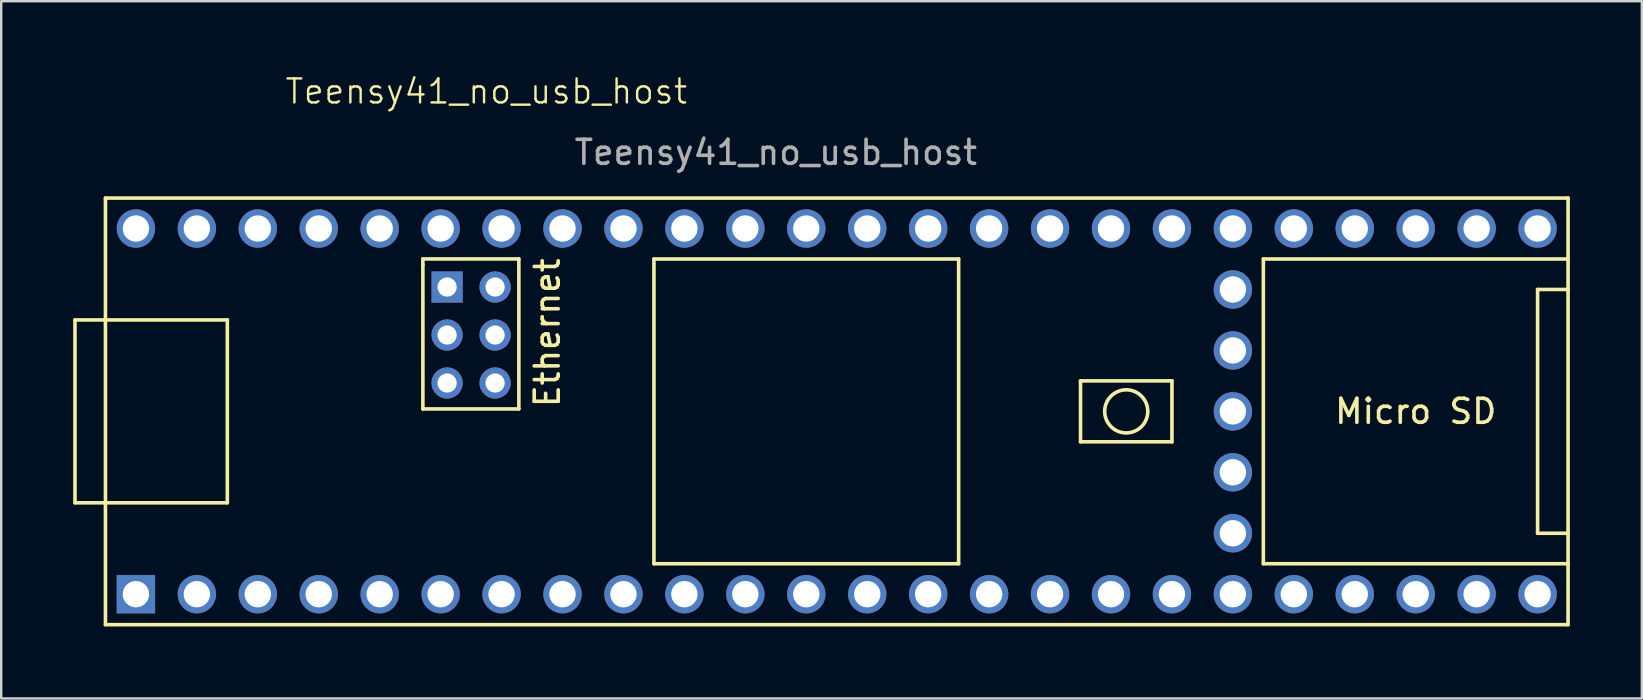
<source format=kicad_pcb>
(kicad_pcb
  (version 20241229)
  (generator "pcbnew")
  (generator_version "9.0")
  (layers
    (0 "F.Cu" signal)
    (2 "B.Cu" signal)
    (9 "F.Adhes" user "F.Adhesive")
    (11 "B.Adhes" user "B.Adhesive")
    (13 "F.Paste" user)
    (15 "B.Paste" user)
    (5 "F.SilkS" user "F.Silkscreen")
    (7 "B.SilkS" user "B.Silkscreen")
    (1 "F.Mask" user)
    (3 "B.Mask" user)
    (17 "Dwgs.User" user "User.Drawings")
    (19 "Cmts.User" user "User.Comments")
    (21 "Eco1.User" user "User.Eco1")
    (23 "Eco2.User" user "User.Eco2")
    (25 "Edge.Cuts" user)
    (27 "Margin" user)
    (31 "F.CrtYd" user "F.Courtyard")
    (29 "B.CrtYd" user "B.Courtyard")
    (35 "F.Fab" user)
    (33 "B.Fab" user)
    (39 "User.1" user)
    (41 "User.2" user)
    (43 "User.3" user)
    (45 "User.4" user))
  (footprint "Teensy41_no_usb_host"
    (layer "F.Cu")
    (at 29.92 14.095)
    (property "Reference" "Teensy41_no_usb_host" (at -12.7 -13.335 0) (unlocked yes) (layer "F.SilkS") (effects (font (size 1 1) (thickness 0.1))))
    (attr through_hole)
    (fp_line (start -29.845 -3.81) (end -28.575 -3.81) (stroke (width 0.15) (type solid)) (layer "F.SilkS"))
    (fp_line (start -29.845 3.81) (end -29.845 -3.81) (stroke (width 0.15) (type solid)) (layer "F.SilkS"))
    (fp_line (start -28.575 -8.89) (end 32.385 -8.89) (stroke (width 0.15) (type solid)) (layer "F.SilkS"))
    (fp_line (start -28.575 3.81) (end -29.845 3.81) (stroke (width 0.15) (type solid)) (layer "F.SilkS"))
    (fp_line (start -28.575 8.89) (end -28.575 -8.89) (stroke (width 0.15) (type solid)) (layer "F.SilkS"))
    (fp_line (start -23.495 -3.81) (end -28.575 -3.81) (stroke (width 0.15) (type solid)) (layer "F.SilkS"))
    (fp_line (start -23.495 3.81) (end -28.575 3.81) (stroke (width 0.15) (type solid)) (layer "F.SilkS"))
    (fp_line (start -23.495 3.81) (end -23.495 -3.81) (stroke (width 0.15) (type solid)) (layer "F.SilkS"))
    (fp_line (start -15.345 -6.352) (end -15.345 -6.102) (stroke (width 0.15) (type solid)) (layer "F.SilkS"))
    (fp_line (start -15.345 -6.102) (end -15.345 -0.102) (stroke (width 0.15) (type solid)) (layer "F.SilkS"))
    (fp_line (start -15.345 -0.102) (end -11.345 -0.102) (stroke (width 0.15) (type solid)) (layer "F.SilkS"))
    (fp_line (start -11.345 -6.352) (end -15.345 -6.352) (stroke (width 0.15) (type solid)) (layer "F.SilkS"))
    (fp_line (start -11.345 -0.102) (end -11.345 -6.352) (stroke (width 0.15) (type solid)) (layer "F.SilkS"))
    (fp_line (start -5.715 -6.35) (end -5.715 6.35) (stroke (width 0.15) (type solid)) (layer "F.SilkS"))
    (fp_line (start -5.715 6.35) (end 6.985 6.35) (stroke (width 0.15) (type solid)) (layer "F.SilkS"))
    (fp_line (start 6.985 -6.35) (end -5.715 -6.35) (stroke (width 0.15) (type solid)) (layer "F.SilkS"))
    (fp_line (start 6.985 6.35) (end 6.985 -6.35) (stroke (width 0.15) (type solid)) (layer "F.SilkS"))
    (fp_line (start 12.065 -1.27) (end 15.875 -1.27) (stroke (width 0.15) (type solid)) (layer "F.SilkS"))
    (fp_line (start 12.065 1.27) (end 12.065 -1.27) (stroke (width 0.15) (type solid)) (layer "F.SilkS"))
    (fp_line (start 15.875 -1.27) (end 15.875 1.27) (stroke (width 0.15) (type solid)) (layer "F.SilkS"))
    (fp_line (start 15.875 1.27) (end 12.065 1.27) (stroke (width 0.15) (type solid)) (layer "F.SilkS"))
    (fp_line (start 19.685 -6.35) (end 19.685 6.35) (stroke (width 0.15) (type solid)) (layer "F.SilkS"))
    (fp_line (start 19.685 6.35) (end 32.385 6.35) (stroke (width 0.15) (type solid)) (layer "F.SilkS"))
    (fp_line (start 31.115 -5.08) (end 31.115 5.08) (stroke (width 0.15) (type solid)) (layer "F.SilkS"))
    (fp_line (start 31.115 5.08) (end 32.385 5.08) (stroke (width 0.15) (type solid)) (layer "F.SilkS"))
    (fp_line (start 32.385 -8.89) (end 32.385 8.89) (stroke (width 0.15) (type solid)) (layer "F.SilkS"))
    (fp_line (start 32.385 -6.35) (end 19.685 -6.35) (stroke (width 0.15) (type solid)) (layer "F.SilkS"))
    (fp_line (start 32.385 -5.08) (end 31.115 -5.08) (stroke (width 0.15) (type solid)) (layer "F.SilkS"))
    (fp_line (start 32.385 8.89) (end -28.575 8.89) (stroke (width 0.15) (type solid)) (layer "F.SilkS"))
    (fp_circle (center 13.97 0) (end 14.605 -0.635) (stroke (width 0.15) (type solid)) (fill no) (layer "F.SilkS"))
    (fp_text user "Micro SD" (at 26.035 0 0) (layer "F.SilkS") (effects (font (size 1 1) (thickness 0.15))))
    (fp_text user "Ethernet" (at -10.16 -3.277 90) (layer "F.SilkS") (effects (font (size 1 1) (thickness 0.15))))
    (fp_text user "${REFERENCE}" (at -0.635 -10.795 0) (unlocked yes) (layer "F.Fab") (effects (font (size 1 1) (thickness 0.15))))
    (pad "1" thru_hole rect (at -27.305 7.62) (size 1.6 1.6) (drill 1.1) (layers "*.Cu" "*.Mask"))
    (pad "2" thru_hole circle (at -24.765 7.62) (size 1.6 1.6) (drill 1.1) (layers "*.Cu" "*.Mask"))
    (pad "3" thru_hole circle (at -22.225 7.62) (size 1.6 1.6) (drill 1.1) (layers "*.Cu" "*.Mask"))
    (pad "4" thru_hole circle (at -19.685 7.62) (size 1.6 1.6) (drill 1.1) (layers "*.Cu" "*.Mask"))
    (pad "5" thru_hole circle (at -17.145 7.62) (size 1.6 1.6) (drill 1.1) (layers "*.Cu" "*.Mask"))
    (pad "6" thru_hole circle (at -14.605 7.62) (size 1.6 1.6) (drill 1.1) (layers "*.Cu" "*.Mask"))
    (pad "7" thru_hole circle (at -12.065 7.62) (size 1.6 1.6) (drill 1.1) (layers "*.Cu" "*.Mask"))
    (pad "8" thru_hole circle (at -9.525 7.62) (size 1.6 1.6) (drill 1.1) (layers "*.Cu" "*.Mask"))
    (pad "9" thru_hole circle (at -6.985 7.62) (size 1.6 1.6) (drill 1.1) (layers "*.Cu" "*.Mask"))
    (pad "10" thru_hole circle (at -4.445 7.62) (size 1.6 1.6) (drill 1.1) (layers "*.Cu" "*.Mask"))
    (pad "11" thru_hole circle (at -1.905 7.62) (size 1.6 1.6) (drill 1.1) (layers "*.Cu" "*.Mask"))
    (pad "12" thru_hole circle (at 0.635 7.62) (size 1.6 1.6) (drill 1.1) (layers "*.Cu" "*.Mask"))
    (pad "13" thru_hole circle (at 3.175 7.62) (size 1.6 1.6) (drill 1.1) (layers "*.Cu" "*.Mask"))
    (pad "14" thru_hole circle (at 5.715 7.62) (size 1.6 1.6) (drill 1.1) (layers "*.Cu" "*.Mask"))
    (pad "15" thru_hole circle (at 8.255 7.62) (size 1.6 1.6) (drill 1.1) (layers "*.Cu" "*.Mask"))
    (pad "16" thru_hole circle (at 10.795 7.62) (size 1.6 1.6) (drill 1.1) (layers "*.Cu" "*.Mask"))
    (pad "17" thru_hole circle (at 13.335 7.62) (size 1.6 1.6) (drill 1.1) (layers "*.Cu" "*.Mask"))
    (pad "18" thru_hole circle (at 15.875 7.62) (size 1.6 1.6) (drill 1.1) (layers "*.Cu" "*.Mask"))
    (pad "19" thru_hole circle (at 18.415 7.62) (size 1.6 1.6) (drill 1.1) (layers "*.Cu" "*.Mask"))
    (pad "20" thru_hole circle (at 20.955 7.62) (size 1.6 1.6) (drill 1.1) (layers "*.Cu" "*.Mask"))
    (pad "21" thru_hole circle (at 23.495 7.62) (size 1.6 1.6) (drill 1.1) (layers "*.Cu" "*.Mask"))
    (pad "22" thru_hole circle (at 26.035 7.62) (size 1.6 1.6) (drill 1.1) (layers "*.Cu" "*.Mask"))
    (pad "23" thru_hole circle (at 28.575 7.62) (size 1.6 1.6) (drill 1.1) (layers "*.Cu" "*.Mask"))
    (pad "24" thru_hole circle (at 31.115 7.62) (size 1.6 1.6) (drill 1.1) (layers "*.Cu" "*.Mask"))
    (pad "25" thru_hole circle (at 31.115 -7.62) (size 1.6 1.6) (drill 1.1) (layers "*.Cu" "*.Mask"))
    (pad "26" thru_hole circle (at 28.575 -7.62) (size 1.6 1.6) (drill 1.1) (layers "*.Cu" "*.Mask"))
    (pad "27" thru_hole circle (at 26.035 -7.62) (size 1.6 1.6) (drill 1.1) (layers "*.Cu" "*.Mask"))
    (pad "28" thru_hole circle (at 23.495 -7.62) (size 1.6 1.6) (drill 1.1) (layers "*.Cu" "*.Mask"))
    (pad "29" thru_hole circle (at 20.955 -7.62) (size 1.6 1.6) (drill 1.1) (layers "*.Cu" "*.Mask"))
    (pad "30" thru_hole circle (at 18.415 -7.62) (size 1.6 1.6) (drill 1.1) (layers "*.Cu" "*.Mask"))
    (pad "31" thru_hole circle (at 15.875 -7.62) (size 1.6 1.6) (drill 1.1) (layers "*.Cu" "*.Mask"))
    (pad "32" thru_hole circle (at 13.335 -7.62) (size 1.6 1.6) (drill 1.1) (layers "*.Cu" "*.Mask"))
    (pad "33" thru_hole circle (at 10.795 -7.62) (size 1.6 1.6) (drill 1.1) (layers "*.Cu" "*.Mask"))
    (pad "34" thru_hole circle (at 8.255 -7.62) (size 1.6 1.6) (drill 1.1) (layers "*.Cu" "*.Mask"))
    (pad "35" thru_hole circle (at 5.715 -7.62) (size 1.6 1.6) (drill 1.1) (layers "*.Cu" "*.Mask"))
    (pad "36" thru_hole circle (at 3.175 -7.62) (size 1.6 1.6) (drill 1.1) (layers "*.Cu" "*.Mask"))
    (pad "37" thru_hole circle (at 0.635 -7.62) (size 1.6 1.6) (drill 1.1) (layers "*.Cu" "*.Mask"))
    (pad "38" thru_hole circle (at -1.905 -7.62) (size 1.6 1.6) (drill 1.1) (layers "*.Cu" "*.Mask"))
    (pad "39" thru_hole circle (at -4.445 -7.62) (size 1.6 1.6) (drill 1.1) (layers "*.Cu" "*.Mask"))
    (pad "40" thru_hole circle (at -6.985 -7.62) (size 1.6 1.6) (drill 1.1) (layers "*.Cu" "*.Mask"))
    (pad "41" thru_hole circle (at -9.525 -7.62) (size 1.6 1.6) (drill 1.1) (layers "*.Cu" "*.Mask"))
    (pad "42" thru_hole circle (at -12.065 -7.62) (size 1.6 1.6) (drill 1.1) (layers "*.Cu" "*.Mask"))
    (pad "43" thru_hole circle (at -14.605 -7.62) (size 1.6 1.6) (drill 1.1) (layers "*.Cu" "*.Mask"))
    (pad "44" thru_hole circle (at -17.145 -7.62) (size 1.6 1.6) (drill 1.1) (layers "*.Cu" "*.Mask"))
    (pad "45" thru_hole circle (at -19.685 -7.62) (size 1.6 1.6) (drill 1.1) (layers "*.Cu" "*.Mask"))
    (pad "46" thru_hole circle (at -22.225 -7.62) (size 1.6 1.6) (drill 1.1) (layers "*.Cu" "*.Mask"))
    (pad "47" thru_hole circle (at -24.765 -7.62) (size 1.6 1.6) (drill 1.1) (layers "*.Cu" "*.Mask"))
    (pad "48" thru_hole circle (at -27.305 -7.62) (size 1.6 1.6) (drill 1.1) (layers "*.Cu" "*.Mask"))
    (pad "50" thru_hole circle (at 18.415 5.08) (size 1.6 1.6) (drill 1.1) (layers "*.Cu" "*.Mask"))
    (pad "51" thru_hole circle (at 18.415 2.54) (size 1.6 1.6) (drill 1.1) (layers "*.Cu" "*.Mask"))
    (pad "52" thru_hole circle (at 18.415 0) (size 1.6 1.6) (drill 1.1) (layers "*.Cu" "*.Mask"))
    (pad "53" thru_hole circle (at 18.415 -2.54) (size 1.6 1.6) (drill 1.1) (layers "*.Cu" "*.Mask"))
    (pad "54" thru_hole circle (at 18.415 -5.08) (size 1.6 1.6) (drill 1.1) (layers "*.Cu" "*.Mask"))
    (pad "60" thru_hole rect (at -14.335 -5.182) (size 1.3 1.3) (drill 0.8) (layers "*.Cu" "*.Mask"))
    (pad "61" thru_hole circle (at -14.335 -3.182) (size 1.3 1.3) (drill 0.8) (layers "*.Cu" "*.Mask"))
    (pad "62" thru_hole circle (at -14.335 -1.182) (size 1.3 1.3) (drill 0.8) (layers "*.Cu" "*.Mask"))
    (pad "63" thru_hole circle (at -12.335 -1.182) (size 1.3 1.3) (drill 0.8) (layers "*.Cu" "*.Mask"))
    (pad "64" thru_hole circle (at -12.335 -3.182) (size 1.3 1.3) (drill 0.8) (layers "*.Cu" "*.Mask"))
    (pad "65" thru_hole circle (at -12.335 -5.182) (size 1.3 1.3) (drill 0.8) (layers "*.Cu" "*.Mask")))
  (gr_rect
    (start -3 -3)
    (end 65.38 26.061)
    (stroke (width 0.1) (type default))
    (fill no)
    (layer "Edge.Cuts")))
</source>
